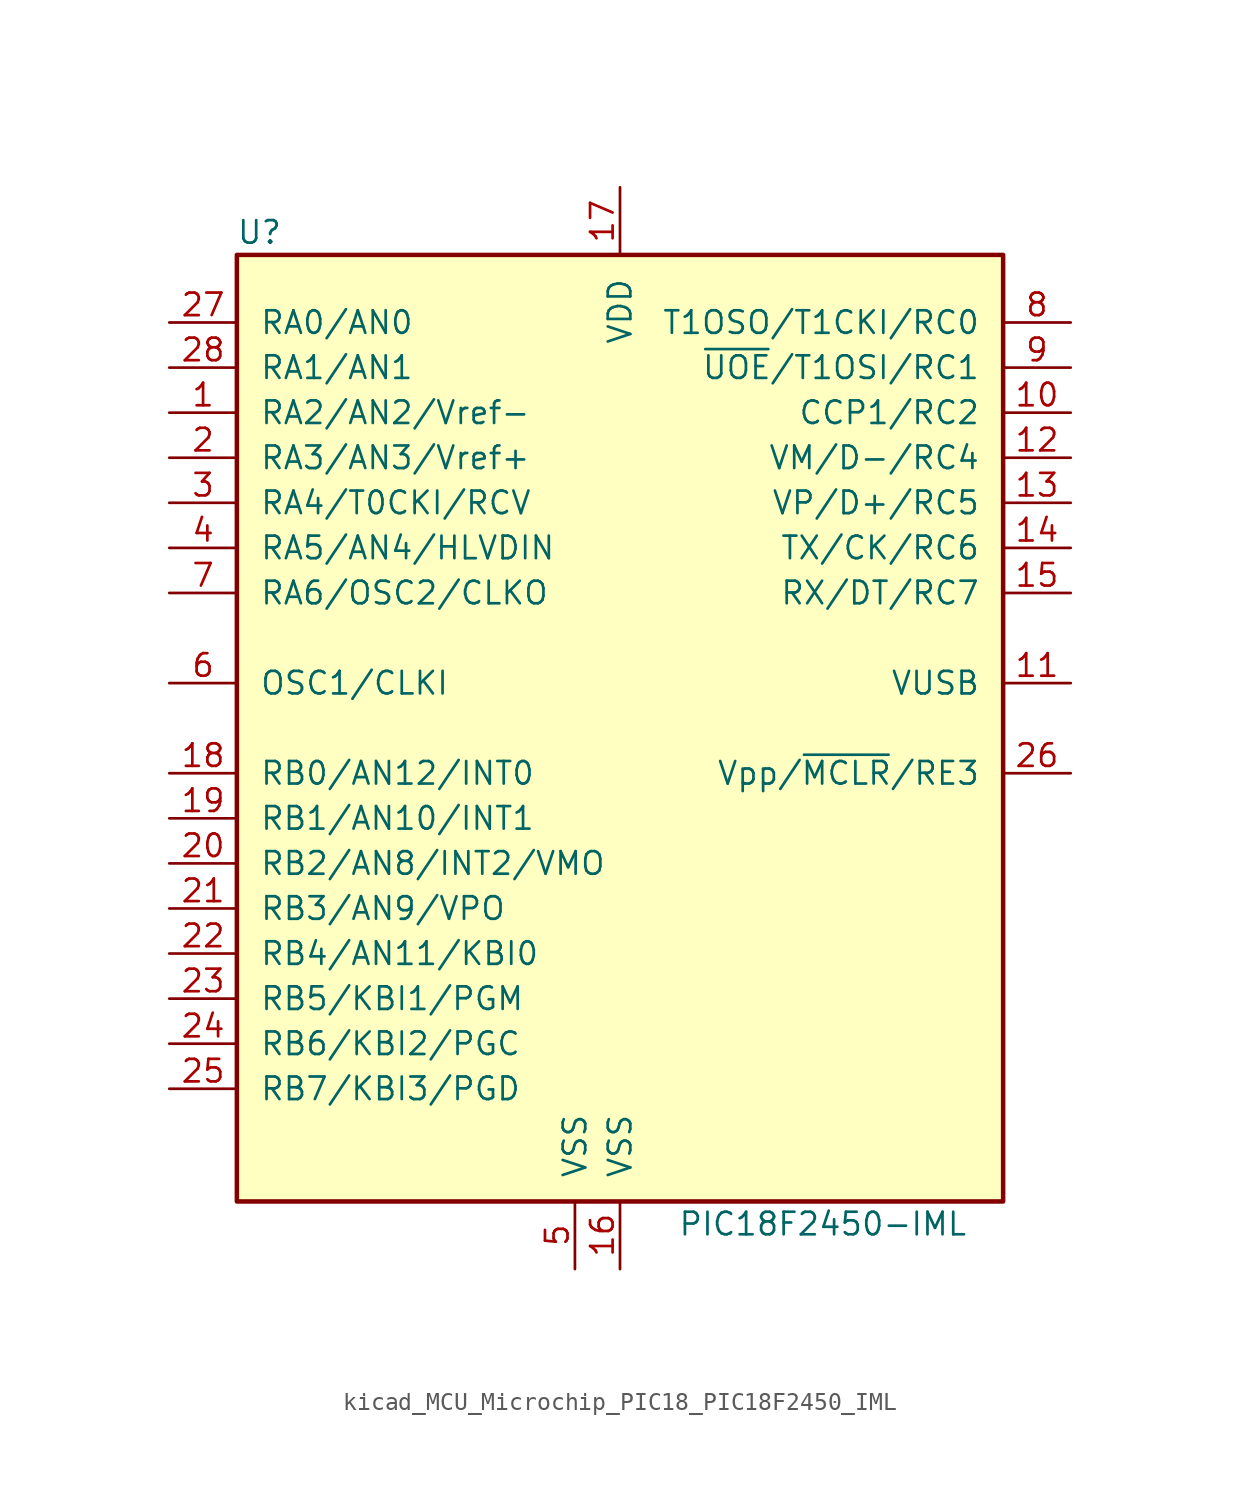
<source format=kicad_sym>
(kicad_symbol_lib
  (version 20220914)
  (generator kicad_symbol_editor)
  (symbol "kicad_MCU_Microchip_PIC18_PIC18F2450_IML"
    (pin_names
      (offset 1.27))
    (property "Reference" "U"
      (at -20.32 27.94 0)
      (effects (font (size 1.27 1.27))))
    (property "Value" "PIC18F2450-IML"
      (at 11.43 -27.94 0)
      (effects (font (size 1.27 1.27))))
    (symbol "kicad_MCU_Microchip_PIC18_PIC18F2450_IML_0_1"
      (rectangle (start -21.59 26.67) (end 21.59 -26.67) (stroke (width 0.254) (type default)) (fill (type background))))
    (symbol "kicad_MCU_Microchip_PIC18_PIC18F2450_IML_1_1"
      (pin bidirectional line (at -25.4 17.78 0) (length 3.81) (name "RA2/AN2/Vref-" (effects (font (size 1.27 1.27)))) (number "1" (effects (font (size 1.27 1.27)))))
      (pin bidirectional line (at 25.4 17.78 180) (length 3.81) (name "CCP1/RC2" (effects (font (size 1.27 1.27)))) (number "10" (effects (font (size 1.27 1.27)))))
      (pin bidirectional line (at 25.4 2.54 180) (length 3.81) (name "VUSB" (effects (font (size 1.27 1.27)))) (number "11" (effects (font (size 1.27 1.27)))))
      (pin bidirectional line (at 25.4 15.24 180) (length 3.81) (name "VM/D-/RC4" (effects (font (size 1.27 1.27)))) (number "12" (effects (font (size 1.27 1.27)))))
      (pin bidirectional line (at 25.4 12.7 180) (length 3.81) (name "VP/D+/RC5" (effects (font (size 1.27 1.27)))) (number "13" (effects (font (size 1.27 1.27)))))
      (pin bidirectional line (at 25.4 10.16 180) (length 3.81) (name "TX/CK/RC6" (effects (font (size 1.27 1.27)))) (number "14" (effects (font (size 1.27 1.27)))))
      (pin bidirectional line (at 25.4 7.62 180) (length 3.81) (name "RX/DT/RC7" (effects (font (size 1.27 1.27)))) (number "15" (effects (font (size 1.27 1.27)))))
      (pin power_in line (at 0 -30.48 90) (length 3.81) (name "VSS" (effects (font (size 1.27 1.27)))) (number "16" (effects (font (size 1.27 1.27)))))
      (pin power_in line (at 0 30.48 270) (length 3.81) (name "VDD" (effects (font (size 1.27 1.27)))) (number "17" (effects (font (size 1.27 1.27)))))
      (pin bidirectional line (at -25.4 -2.54 0) (length 3.81) (name "RB0/AN12/INT0" (effects (font (size 1.27 1.27)))) (number "18" (effects (font (size 1.27 1.27)))))
      (pin bidirectional line (at -25.4 -5.08 0) (length 3.81) (name "RB1/AN10/INT1" (effects (font (size 1.27 1.27)))) (number "19" (effects (font (size 1.27 1.27)))))
      (pin bidirectional line (at -25.4 15.24 0) (length 3.81) (name "RA3/AN3/Vref+" (effects (font (size 1.27 1.27)))) (number "2" (effects (font (size 1.27 1.27)))))
      (pin bidirectional line (at -25.4 -7.62 0) (length 3.81) (name "RB2/AN8/INT2/VMO" (effects (font (size 1.27 1.27)))) (number "20" (effects (font (size 1.27 1.27)))))
      (pin bidirectional line (at -25.4 -10.16 0) (length 3.81) (name "RB3/AN9/VPO" (effects (font (size 1.27 1.27)))) (number "21" (effects (font (size 1.27 1.27)))))
      (pin bidirectional line (at -25.4 -12.7 0) (length 3.81) (name "RB4/AN11/KBI0" (effects (font (size 1.27 1.27)))) (number "22" (effects (font (size 1.27 1.27)))))
      (pin bidirectional line (at -25.4 -15.24 0) (length 3.81) (name "RB5/KBI1/PGM" (effects (font (size 1.27 1.27)))) (number "23" (effects (font (size 1.27 1.27)))))
      (pin bidirectional line (at -25.4 -17.78 0) (length 3.81) (name "RB6/KBI2/PGC" (effects (font (size 1.27 1.27)))) (number "24" (effects (font (size 1.27 1.27)))))
      (pin bidirectional line (at -25.4 -20.32 0) (length 3.81) (name "RB7/KBI3/PGD" (effects (font (size 1.27 1.27)))) (number "25" (effects (font (size 1.27 1.27)))))
      (pin input line (at 25.4 -2.54 180) (length 3.81) (name "Vpp/~{MCLR}/RE3" (effects (font (size 1.27 1.27)))) (number "26" (effects (font (size 1.27 1.27)))))
      (pin bidirectional line (at -25.4 22.86 0) (length 3.81) (name "RA0/AN0" (effects (font (size 1.27 1.27)))) (number "27" (effects (font (size 1.27 1.27)))))
      (pin bidirectional line (at -25.4 20.32 0) (length 3.81) (name "RA1/AN1" (effects (font (size 1.27 1.27)))) (number "28" (effects (font (size 1.27 1.27)))))
      (pin bidirectional line (at -25.4 12.7 0) (length 3.81) (name "RA4/T0CKI/RCV" (effects (font (size 1.27 1.27)))) (number "3" (effects (font (size 1.27 1.27)))))
      (pin bidirectional line (at -25.4 10.16 0) (length 3.81) (name "RA5/AN4/HLVDIN" (effects (font (size 1.27 1.27)))) (number "4" (effects (font (size 1.27 1.27)))))
      (pin power_in line (at -2.54 -30.48 90) (length 3.81) (name "VSS" (effects (font (size 1.27 1.27)))) (number "5" (effects (font (size 1.27 1.27)))))
      (pin input line (at -25.4 2.54 0) (length 3.81) (name "OSC1/CLKI" (effects (font (size 1.27 1.27)))) (number "6" (effects (font (size 1.27 1.27)))))
      (pin output line (at -25.4 7.62 0) (length 3.81) (name "RA6/OSC2/CLKO" (effects (font (size 1.27 1.27)))) (number "7" (effects (font (size 1.27 1.27)))))
      (pin bidirectional line (at 25.4 22.86 180) (length 3.81) (name "T1OSO/T1CKI/RC0" (effects (font (size 1.27 1.27)))) (number "8" (effects (font (size 1.27 1.27)))))
      (pin bidirectional line (at 25.4 20.32 180) (length 3.81) (name "~{UOE}/T1OSI/RC1" (effects (font (size 1.27 1.27)))) (number "9" (effects (font (size 1.27 1.27))))))))
</source>
